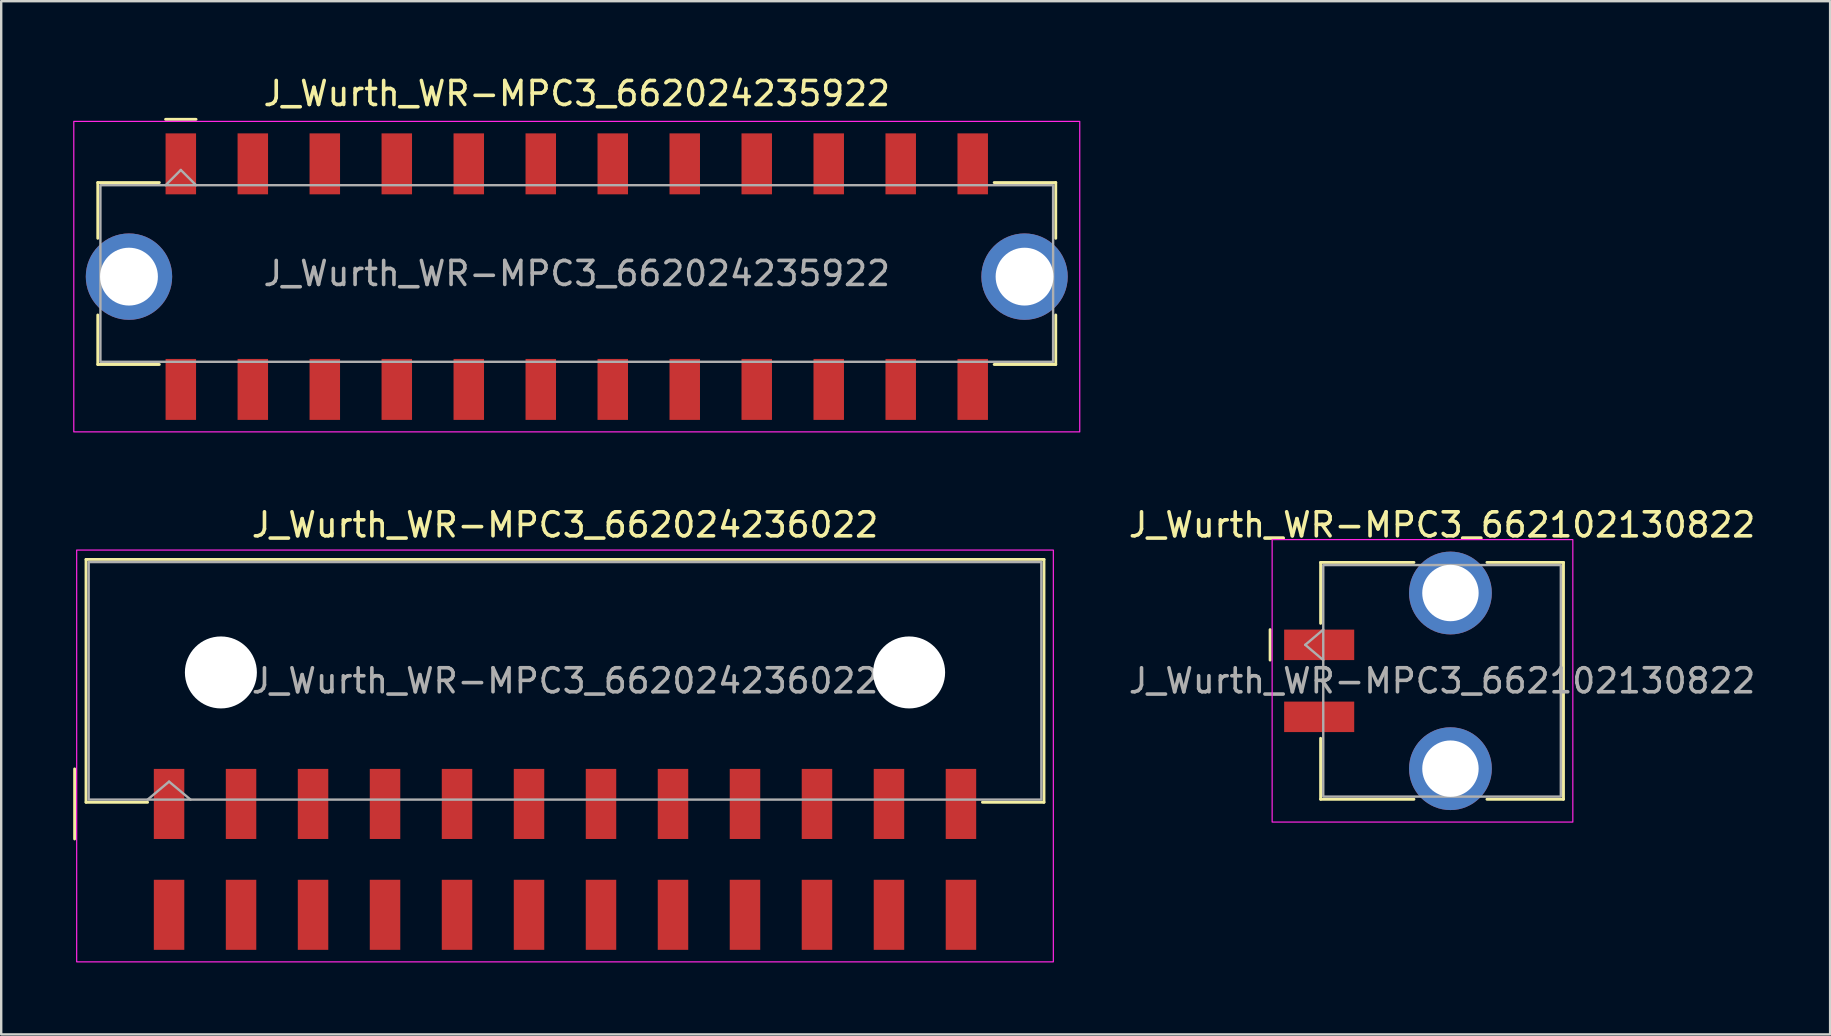
<source format=kicad_pcb>
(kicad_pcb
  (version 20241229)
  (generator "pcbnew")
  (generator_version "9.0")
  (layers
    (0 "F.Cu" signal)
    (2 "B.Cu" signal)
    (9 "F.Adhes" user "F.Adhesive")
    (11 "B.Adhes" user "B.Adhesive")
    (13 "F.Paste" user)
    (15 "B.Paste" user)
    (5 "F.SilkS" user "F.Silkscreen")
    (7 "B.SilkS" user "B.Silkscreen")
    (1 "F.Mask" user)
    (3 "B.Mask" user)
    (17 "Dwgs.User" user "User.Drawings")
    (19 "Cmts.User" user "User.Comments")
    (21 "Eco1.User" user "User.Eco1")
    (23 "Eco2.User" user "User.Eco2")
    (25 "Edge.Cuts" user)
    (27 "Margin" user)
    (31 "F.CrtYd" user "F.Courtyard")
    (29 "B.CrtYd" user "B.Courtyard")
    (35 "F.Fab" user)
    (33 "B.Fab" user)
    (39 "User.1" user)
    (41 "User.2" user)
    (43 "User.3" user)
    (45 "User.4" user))
  (footprint "J_Wurth_WR-MPC3_662024236022"
    (layer "F.Cu")
    (at 20.495 25.322)
    (property "Reference" "J_Wurth_WR-MPC3_662024236022" (at 0 -6.5 0) (unlocked yes) (layer "F.SilkS") (effects (font (size 1 1) (thickness 0.15))))
    (attr smd)
    (fp_line (start -20.435 3.67) (end -20.435 6.59) (stroke (width 0.12) (type solid)) (layer "F.SilkS"))
    (fp_line (start -19.96 -5.06) (end 19.96 -5.06) (stroke (width 0.12) (type default)) (layer "F.SilkS"))
    (fp_line (start -19.96 5.06) (end -19.96 -5.06) (stroke (width 0.12) (type default)) (layer "F.SilkS"))
    (fp_line (start -17.395 5.06) (end -19.96 5.06) (stroke (width 0.12) (type solid)) (layer "F.SilkS"))
    (fp_line (start 19.96 -5.06) (end 19.96 5.06) (stroke (width 0.12) (type default)) (layer "F.SilkS"))
    (fp_line (start 19.96 5.06) (end 17.395 5.06) (stroke (width 0.12) (type solid)) (layer "F.SilkS"))
    (fp_rect (start -20.35 -5.45) (end 20.35 11.71) (stroke (width 0.05) (type solid)) (fill no) (layer "F.CrtYd"))
    (fp_line (start -16.5 4.2) (end -17.395 4.95) (stroke (width 0.1) (type solid)) (layer "F.Fab"))
    (fp_line (start -16.5 4.2) (end -15.605 4.95) (stroke (width 0.1) (type solid)) (layer "F.Fab"))
    (fp_rect (start -19.85 -4.95) (end 19.85 4.95) (stroke (width 0.1) (type solid)) (fill no) (layer "F.Fab"))
    (fp_text user "${REFERENCE}" (at 0 0 0) (unlocked yes) (layer "F.Fab") (effects (font (size 1 1) (thickness 0.15))))
    (pad "" np_thru_hole circle (at -14.34 -0.35 180) (size 3 3) (drill 3) (layers "*.Cu" "*.Mask"))
    (pad "" np_thru_hole circle (at 14.34 -0.35 180) (size 3 3) (drill 3) (layers "*.Cu" "*.Mask"))
    (pad "1" smd rect (at -16.5 5.13 180) (size 1.27 2.92) (layers "F.Cu" "F.Mask" "F.Paste"))
    (pad "2" smd rect (at -13.5 5.13 180) (size 1.27 2.92) (layers "F.Cu" "F.Mask" "F.Paste"))
    (pad "3" smd rect (at -10.5 5.13 180) (size 1.27 2.92) (layers "F.Cu" "F.Mask" "F.Paste"))
    (pad "4" smd rect (at -7.5 5.13 180) (size 1.27 2.92) (layers "F.Cu" "F.Mask" "F.Paste"))
    (pad "5" smd rect (at -4.5 5.13 180) (size 1.27 2.92) (layers "F.Cu" "F.Mask" "F.Paste"))
    (pad "6" smd rect (at -1.5 5.13 180) (size 1.27 2.92) (layers "F.Cu" "F.Mask" "F.Paste"))
    (pad "7" smd rect (at 1.5 5.13 180) (size 1.27 2.92) (layers "F.Cu" "F.Mask" "F.Paste"))
    (pad "8" smd rect (at 4.5 5.13 180) (size 1.27 2.92) (layers "F.Cu" "F.Mask" "F.Paste"))
    (pad "9" smd rect (at 7.5 5.13 180) (size 1.27 2.92) (layers "F.Cu" "F.Mask" "F.Paste"))
    (pad "10" smd rect (at 10.5 5.13 180) (size 1.27 2.92) (layers "F.Cu" "F.Mask" "F.Paste"))
    (pad "11" smd rect (at 13.5 5.13 180) (size 1.27 2.92) (layers "F.Cu" "F.Mask" "F.Paste"))
    (pad "12" smd rect (at 16.5 5.13 180) (size 1.27 2.92) (layers "F.Cu" "F.Mask" "F.Paste"))
    (pad "13" smd rect (at -16.5 9.75 180) (size 1.27 2.92) (layers "F.Cu" "F.Mask" "F.Paste"))
    (pad "14" smd rect (at -13.5 9.75 180) (size 1.27 2.92) (layers "F.Cu" "F.Mask" "F.Paste"))
    (pad "15" smd rect (at -10.5 9.75 180) (size 1.27 2.92) (layers "F.Cu" "F.Mask" "F.Paste"))
    (pad "16" smd rect (at -7.5 9.75 180) (size 1.27 2.92) (layers "F.Cu" "F.Mask" "F.Paste"))
    (pad "17" smd rect (at -4.5 9.75 180) (size 1.27 2.92) (layers "F.Cu" "F.Mask" "F.Paste"))
    (pad "18" smd rect (at -1.5 9.75 180) (size 1.27 2.92) (layers "F.Cu" "F.Mask" "F.Paste"))
    (pad "19" smd rect (at 1.5 9.75 180) (size 1.27 2.92) (layers "F.Cu" "F.Mask" "F.Paste"))
    (pad "20" smd rect (at 4.5 9.75 180) (size 1.27 2.92) (layers "F.Cu" "F.Mask" "F.Paste"))
    (pad "21" smd rect (at 7.5 9.75 180) (size 1.27 2.92) (layers "F.Cu" "F.Mask" "F.Paste"))
    (pad "22" smd rect (at 10.5 9.75 180) (size 1.27 2.92) (layers "F.Cu" "F.Mask" "F.Paste"))
    (pad "23" smd rect (at 13.5 9.75 180) (size 1.27 2.92) (layers "F.Cu" "F.Mask" "F.Paste"))
    (pad "24" smd rect (at 16.5 9.75 180) (size 1.27 2.92) (layers "F.Cu" "F.Mask" "F.Paste")))
  (footprint "J_Wurth_WR-MPC3_662102130822"
    (layer "F.Cu")
    (at 57.043 25.322)
    (property "Reference" "J_Wurth_WR-MPC3_662102130822" (at 0 -6.5 0) (unlocked yes) (layer "F.SilkS") (effects (font (size 1 1) (thickness 0.15))))
    (attr smd)
    (fp_line (start -7.165 -2.135) (end -7.165 -0.865) (stroke (width 0.12) (type solid)) (layer "F.SilkS"))
    (fp_line (start -5.06 -2.395) (end -5.06 -4.935) (stroke (width 0.12) (type default)) (layer "F.SilkS"))
    (fp_line (start -5.06 4.935) (end -5.06 2.395) (stroke (width 0.12) (type default)) (layer "F.SilkS"))
    (fp_line (start -1.171 -4.935) (end -5.06 -4.935) (stroke (width 0.12) (type default)) (layer "F.SilkS"))
    (fp_line (start -1.171 4.935) (end -5.06 4.935) (stroke (width 0.12) (type default)) (layer "F.SilkS"))
    (fp_line (start 5.06 -4.935) (end 1.871 -4.935) (stroke (width 0.12) (type solid)) (layer "F.SilkS"))
    (fp_line (start 5.06 -4.935) (end 5.06 4.935) (stroke (width 0.12) (type default)) (layer "F.SilkS"))
    (fp_line (start 5.06 4.935) (end 1.871 4.935) (stroke (width 0.12) (type solid)) (layer "F.SilkS"))
    (fp_rect (start -7.08 -5.885) (end 5.45 5.885) (stroke (width 0.05) (type solid)) (fill no) (layer "F.CrtYd"))
    (fp_line (start -5.7 -1.5) (end -4.95 -2.135) (stroke (width 0.1) (type solid)) (layer "F.Fab"))
    (fp_line (start -5.7 -1.5) (end -4.95 -0.865) (stroke (width 0.1) (type solid)) (layer "F.Fab"))
    (fp_rect (start -4.95 -4.825) (end 4.95 4.825) (stroke (width 0.1) (type solid)) (fill no) (layer "F.Fab"))
    (fp_text user "${REFERENCE}" (at 0 0 0) (unlocked yes) (layer "F.Fab") (effects (font (size 1 1) (thickness 0.15))))
    (pad "1" smd rect (at -5.12 -1.5 90) (size 1.27 2.92) (layers "F.Cu" "F.Mask" "F.Paste"))
    (pad "2" smd rect (at -5.12 1.5 90) (size 1.27 2.92) (layers "F.Cu" "F.Mask" "F.Paste"))
    (pad "MP1" thru_hole circle (at 0.35 3.66 90) (size 3.45 3.45) (drill 2.35) (layers "*.Cu" "*.Mask"))
    (pad "MP2" thru_hole circle (at 0.35 -3.66 90) (size 3.45 3.45) (drill 2.35) (layers "*.Cu" "*.Mask")))
  (footprint "J_Wurth_WR-MPC3_662024235922"
    (layer "F.Cu")
    (at 20.985 8.348)
    (property "Reference" "J_Wurth_WR-MPC3_662024235922" (at 0 -7.5 0) (unlocked yes) (layer "F.SilkS") (effects (font (size 1 1) (thickness 0.15))))
    (attr smd)
    (fp_line (start -19.96 -3.79) (end -19.96 -1.468) (stroke (width 0.12) (type default)) (layer "F.SilkS"))
    (fp_line (start -19.96 1.728) (end -19.96 3.79) (stroke (width 0.12) (type default)) (layer "F.SilkS"))
    (fp_line (start -17.395 -3.79) (end -19.96 -3.79) (stroke (width 0.12) (type solid)) (layer "F.SilkS"))
    (fp_line (start -17.395 3.79) (end -19.96 3.79) (stroke (width 0.12) (type solid)) (layer "F.SilkS"))
    (fp_line (start -17.135 -6.425) (end -15.865 -6.425) (stroke (width 0.12) (type solid)) (layer "F.SilkS"))
    (fp_line (start 19.96 -3.79) (end 17.395 -3.79) (stroke (width 0.12) (type solid)) (layer "F.SilkS"))
    (fp_line (start 19.96 -3.79) (end 19.96 -1.468) (stroke (width 0.12) (type default)) (layer "F.SilkS"))
    (fp_line (start 19.96 1.728) (end 19.96 3.79) (stroke (width 0.12) (type default)) (layer "F.SilkS"))
    (fp_line (start 19.96 3.79) (end 17.395 3.79) (stroke (width 0.12) (type solid)) (layer "F.SilkS"))
    (fp_rect (start -20.96 -6.34) (end 20.96 6.6) (stroke (width 0.05) (type solid)) (fill no) (layer "F.CrtYd"))
    (fp_line (start -16.5 -4.315) (end -17.135 -3.68) (stroke (width 0.1) (type default)) (layer "F.Fab"))
    (fp_line (start -15.865 -3.68) (end -16.5 -4.315) (stroke (width 0.1) (type default)) (layer "F.Fab"))
    (fp_rect (start -19.85 -3.68) (end 19.85 3.68) (stroke (width 0.1) (type solid)) (fill no) (layer "F.Fab"))
    (fp_text user "${REFERENCE}" (at 0 0 0) (unlocked yes) (layer "F.Fab") (effects (font (size 1 1) (thickness 0.15))))
    (pad "1" smd rect (at -16.5 -4.57 180) (size 1.27 2.54) (layers "F.Cu" "F.Mask" "F.Paste"))
    (pad "2" smd rect (at -13.5 -4.57 180) (size 1.27 2.54) (layers "F.Cu" "F.Mask" "F.Paste"))
    (pad "3" smd rect (at -10.5 -4.57 180) (size 1.27 2.54) (layers "F.Cu" "F.Mask" "F.Paste"))
    (pad "4" smd rect (at -7.5 -4.57 180) (size 1.27 2.54) (layers "F.Cu" "F.Mask" "F.Paste"))
    (pad "5" smd rect (at -4.5 -4.57 180) (size 1.27 2.54) (layers "F.Cu" "F.Mask" "F.Paste"))
    (pad "6" smd rect (at -1.5 -4.57 180) (size 1.27 2.54) (layers "F.Cu" "F.Mask" "F.Paste"))
    (pad "7" smd rect (at 1.5 -4.57 180) (size 1.27 2.54) (layers "F.Cu" "F.Mask" "F.Paste"))
    (pad "8" smd rect (at 4.5 -4.57 180) (size 1.27 2.54) (layers "F.Cu" "F.Mask" "F.Paste"))
    (pad "9" smd rect (at 7.5 -4.57 180) (size 1.27 2.54) (layers "F.Cu" "F.Mask" "F.Paste"))
    (pad "10" smd rect (at 10.5 -4.57 180) (size 1.27 2.54) (layers "F.Cu" "F.Mask" "F.Paste"))
    (pad "11" smd rect (at 13.5 -4.57 180) (size 1.27 2.54) (layers "F.Cu" "F.Mask" "F.Paste"))
    (pad "12" smd rect (at 16.5 -4.57 180) (size 1.27 2.54) (layers "F.Cu" "F.Mask" "F.Paste"))
    (pad "13" smd rect (at -16.5 4.83 180) (size 1.27 2.54) (layers "F.Cu" "F.Mask" "F.Paste"))
    (pad "14" smd rect (at -13.5 4.83 180) (size 1.27 2.54) (layers "F.Cu" "F.Mask" "F.Paste"))
    (pad "15" smd rect (at -10.5 4.83 180) (size 1.27 2.54) (layers "F.Cu" "F.Mask" "F.Paste"))
    (pad "16" smd rect (at -7.5 4.83 180) (size 1.27 2.54) (layers "F.Cu" "F.Mask" "F.Paste"))
    (pad "17" smd rect (at -4.5 4.83 180) (size 1.27 2.54) (layers "F.Cu" "F.Mask" "F.Paste"))
    (pad "18" smd rect (at -1.5 4.83 180) (size 1.27 2.54) (layers "F.Cu" "F.Mask" "F.Paste"))
    (pad "19" smd rect (at 1.5 4.83 180) (size 1.27 2.54) (layers "F.Cu" "F.Mask" "F.Paste"))
    (pad "20" smd rect (at 4.5 4.83 180) (size 1.27 2.54) (layers "F.Cu" "F.Mask" "F.Paste"))
    (pad "21" smd rect (at 7.5 4.83 180) (size 1.27 2.54) (layers "F.Cu" "F.Mask" "F.Paste"))
    (pad "22" smd rect (at 10.5 4.83 180) (size 1.27 2.54) (layers "F.Cu" "F.Mask" "F.Paste"))
    (pad "23" smd rect (at 13.5 4.83 180) (size 1.27 2.54) (layers "F.Cu" "F.Mask" "F.Paste"))
    (pad "24" smd rect (at 16.5 4.83 180) (size 1.27 2.54) (layers "F.Cu" "F.Mask" "F.Paste"))
    (pad "MH1" thru_hole circle (at 18.66 0.13 180) (size 3.6 3.6) (drill 2.41) (layers "*.Cu" "*.Mask"))
    (pad "MH2" thru_hole circle (at -18.66 0.13 180) (size 3.6 3.6) (drill 2.41) (layers "*.Cu" "*.Mask")))
  (gr_rect
    (start -3 -3)
    (end 73.215 40.056)
    (stroke (width 0.1) (type default))
    (fill no)
    (layer "Edge.Cuts")))
</source>
